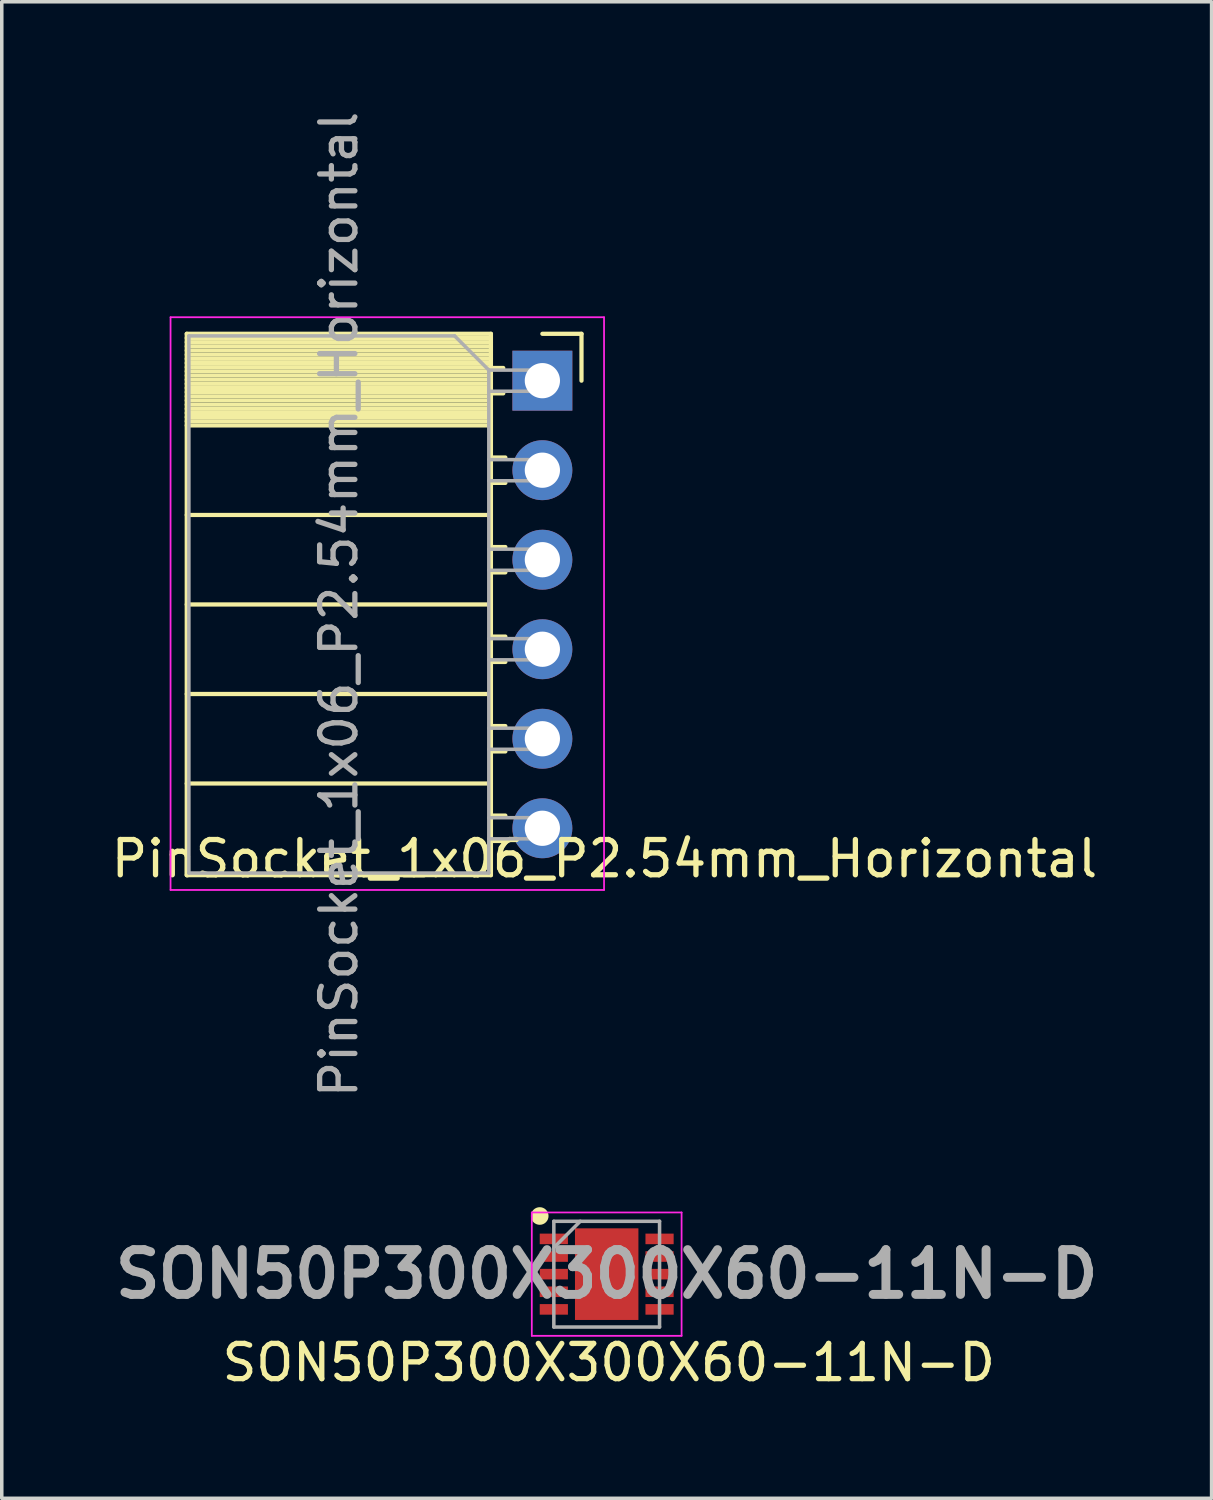
<source format=kicad_pcb>
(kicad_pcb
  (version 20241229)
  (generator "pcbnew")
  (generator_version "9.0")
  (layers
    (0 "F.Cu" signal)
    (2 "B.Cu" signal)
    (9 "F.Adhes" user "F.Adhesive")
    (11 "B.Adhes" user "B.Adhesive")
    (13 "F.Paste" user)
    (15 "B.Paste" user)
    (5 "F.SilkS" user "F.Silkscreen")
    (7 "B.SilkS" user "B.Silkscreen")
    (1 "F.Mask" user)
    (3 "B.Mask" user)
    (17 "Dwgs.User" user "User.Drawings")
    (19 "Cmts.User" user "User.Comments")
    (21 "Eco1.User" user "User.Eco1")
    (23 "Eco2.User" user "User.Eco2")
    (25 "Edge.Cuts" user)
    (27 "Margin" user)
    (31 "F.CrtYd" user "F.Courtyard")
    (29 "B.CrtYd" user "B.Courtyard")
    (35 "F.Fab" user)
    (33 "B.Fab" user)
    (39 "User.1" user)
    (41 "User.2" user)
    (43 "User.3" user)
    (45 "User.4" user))
  (footprint "SON50P300X300X60-11N-D"
    (layer "F.Cu")
    (at 14.164 33.102)
    (property "Reference" "SON50P300X300X60-11N-D" (at 0.059 2.51 180) (layer "F.SilkS") (effects (font (size 1 1) (thickness 0.15))))
    (attr smd)
    (fp_circle (center -1.9 -1.65) (end -1.9 -1.525) (stroke (width 0.25) (type solid)) (fill no) (layer "F.SilkS"))
    (fp_line (start -2.125 -1.75) (end 2.125 -1.75) (stroke (width 0.05) (type solid)) (layer "F.CrtYd"))
    (fp_line (start -2.125 1.75) (end -2.125 -1.75) (stroke (width 0.05) (type solid)) (layer "F.CrtYd"))
    (fp_line (start 2.125 -1.75) (end 2.125 1.75) (stroke (width 0.05) (type solid)) (layer "F.CrtYd"))
    (fp_line (start 2.125 1.75) (end -2.125 1.75) (stroke (width 0.05) (type solid)) (layer "F.CrtYd"))
    (fp_line (start -1.5 -1.5) (end 1.5 -1.5) (stroke (width 0.1) (type solid)) (layer "F.Fab"))
    (fp_line (start -1.5 -0.75) (end -0.75 -1.5) (stroke (width 0.1) (type solid)) (layer "F.Fab"))
    (fp_line (start -1.5 1.5) (end -1.5 -1.5) (stroke (width 0.1) (type solid)) (layer "F.Fab"))
    (fp_line (start 1.5 -1.5) (end 1.5 1.5) (stroke (width 0.1) (type solid)) (layer "F.Fab"))
    (fp_line (start 1.5 1.5) (end -1.5 1.5) (stroke (width 0.1) (type solid)) (layer "F.Fab"))
    (fp_text user "${REFERENCE}" (at 0 0 0) (layer "F.Fab") (effects (font (size 1.27 1.27) (thickness 0.254))))
    (pad "1" smd rect (at -1.5 -1 90) (size 0.3 0.8) (layers "F.Cu" "F.Mask" "F.Paste"))
    (pad "2" smd rect (at -1.5 -0.5 90) (size 0.3 0.8) (layers "F.Cu" "F.Mask" "F.Paste"))
    (pad "3" smd rect (at -1.5 0 90) (size 0.3 0.8) (layers "F.Cu" "F.Mask" "F.Paste"))
    (pad "4" smd rect (at -1.5 0.5 90) (size 0.3 0.8) (layers "F.Cu" "F.Mask" "F.Paste"))
    (pad "5" smd rect (at -1.5 1 90) (size 0.3 0.8) (layers "F.Cu" "F.Mask" "F.Paste"))
    (pad "6" smd rect (at 1.5 1 90) (size 0.3 0.8) (layers "F.Cu" "F.Mask" "F.Paste"))
    (pad "7" smd rect (at 1.5 0.5 90) (size 0.3 0.8) (layers "F.Cu" "F.Mask" "F.Paste"))
    (pad "8" smd rect (at 1.5 0 90) (size 0.3 0.8) (layers "F.Cu" "F.Mask" "F.Paste"))
    (pad "9" smd rect (at 1.5 -0.5 90) (size 0.3 0.8) (layers "F.Cu" "F.Mask" "F.Paste"))
    (pad "10" smd rect (at 1.5 -1 90) (size 0.3 0.8) (layers "F.Cu" "F.Mask" "F.Paste"))
    (pad "11" smd rect (at 0 0) (size 1.8 2.6) (layers "F.Cu" "F.Mask" "F.Paste")))
  (footprint "PinSocket_1x06_P2.54mm_Horizontal"
    (layer "F.Cu")
    (at 12.339 7.751)
    (property "Reference" "PinSocket_1x06_P2.54mm_Horizontal" (at 1.762 13.564 0) (layer "F.SilkS") (effects (font (size 1 1) (thickness 0.15))))
    (attr through_hole)
    (fp_line (start -10.09 -1.33) (end -10.09 14.03) (stroke (width 0.12) (type solid)) (layer "F.SilkS"))
    (fp_line (start -10.09 -1.33) (end -1.46 -1.33) (stroke (width 0.12) (type solid)) (layer "F.SilkS"))
    (fp_line (start -10.09 -1.21) (end -1.46 -1.21) (stroke (width 0.12) (type solid)) (layer "F.SilkS"))
    (fp_line (start -10.09 -1.092) (end -1.46 -1.092) (stroke (width 0.12) (type solid)) (layer "F.SilkS"))
    (fp_line (start -10.09 -0.974) (end -1.46 -0.974) (stroke (width 0.12) (type solid)) (layer "F.SilkS"))
    (fp_line (start -10.09 -0.856) (end -1.46 -0.856) (stroke (width 0.12) (type solid)) (layer "F.SilkS"))
    (fp_line (start -10.09 -0.738) (end -1.46 -0.738) (stroke (width 0.12) (type solid)) (layer "F.SilkS"))
    (fp_line (start -10.09 -0.62) (end -1.46 -0.62) (stroke (width 0.12) (type solid)) (layer "F.SilkS"))
    (fp_line (start -10.09 -0.501) (end -1.46 -0.501) (stroke (width 0.12) (type solid)) (layer "F.SilkS"))
    (fp_line (start -10.09 -0.383) (end -1.46 -0.383) (stroke (width 0.12) (type solid)) (layer "F.SilkS"))
    (fp_line (start -10.09 -0.265) (end -1.46 -0.265) (stroke (width 0.12) (type solid)) (layer "F.SilkS"))
    (fp_line (start -10.09 -0.147) (end -1.46 -0.147) (stroke (width 0.12) (type solid)) (layer "F.SilkS"))
    (fp_line (start -10.09 -0.029) (end -1.46 -0.029) (stroke (width 0.12) (type solid)) (layer "F.SilkS"))
    (fp_line (start -10.09 0.089) (end -1.46 0.089) (stroke (width 0.12) (type solid)) (layer "F.SilkS"))
    (fp_line (start -10.09 0.207) (end -1.46 0.207) (stroke (width 0.12) (type solid)) (layer "F.SilkS"))
    (fp_line (start -10.09 0.325) (end -1.46 0.325) (stroke (width 0.12) (type solid)) (layer "F.SilkS"))
    (fp_line (start -10.09 0.443) (end -1.46 0.443) (stroke (width 0.12) (type solid)) (layer "F.SilkS"))
    (fp_line (start -10.09 0.561) (end -1.46 0.561) (stroke (width 0.12) (type solid)) (layer "F.SilkS"))
    (fp_line (start -10.09 0.68) (end -1.46 0.68) (stroke (width 0.12) (type solid)) (layer "F.SilkS"))
    (fp_line (start -10.09 0.798) (end -1.46 0.798) (stroke (width 0.12) (type solid)) (layer "F.SilkS"))
    (fp_line (start -10.09 0.916) (end -1.46 0.916) (stroke (width 0.12) (type solid)) (layer "F.SilkS"))
    (fp_line (start -10.09 1.034) (end -1.46 1.034) (stroke (width 0.12) (type solid)) (layer "F.SilkS"))
    (fp_line (start -10.09 1.152) (end -1.46 1.152) (stroke (width 0.12) (type solid)) (layer "F.SilkS"))
    (fp_line (start -10.09 1.27) (end -1.46 1.27) (stroke (width 0.12) (type solid)) (layer "F.SilkS"))
    (fp_line (start -10.09 3.81) (end -1.46 3.81) (stroke (width 0.12) (type solid)) (layer "F.SilkS"))
    (fp_line (start -10.09 6.35) (end -1.46 6.35) (stroke (width 0.12) (type solid)) (layer "F.SilkS"))
    (fp_line (start -10.09 8.89) (end -1.46 8.89) (stroke (width 0.12) (type solid)) (layer "F.SilkS"))
    (fp_line (start -10.09 11.43) (end -1.46 11.43) (stroke (width 0.12) (type solid)) (layer "F.SilkS"))
    (fp_line (start -10.09 14.03) (end -1.46 14.03) (stroke (width 0.12) (type solid)) (layer "F.SilkS"))
    (fp_line (start -1.46 -1.33) (end -1.46 14.03) (stroke (width 0.12) (type solid)) (layer "F.SilkS"))
    (fp_line (start -1.46 -0.36) (end -1.11 -0.36) (stroke (width 0.12) (type solid)) (layer "F.SilkS"))
    (fp_line (start -1.46 0.36) (end -1.11 0.36) (stroke (width 0.12) (type solid)) (layer "F.SilkS"))
    (fp_line (start -1.46 2.18) (end -1.05 2.18) (stroke (width 0.12) (type solid)) (layer "F.SilkS"))
    (fp_line (start -1.46 2.9) (end -1.05 2.9) (stroke (width 0.12) (type solid)) (layer "F.SilkS"))
    (fp_line (start -1.46 4.72) (end -1.05 4.72) (stroke (width 0.12) (type solid)) (layer "F.SilkS"))
    (fp_line (start -1.46 5.44) (end -1.05 5.44) (stroke (width 0.12) (type solid)) (layer "F.SilkS"))
    (fp_line (start -1.46 7.26) (end -1.05 7.26) (stroke (width 0.12) (type solid)) (layer "F.SilkS"))
    (fp_line (start -1.46 7.98) (end -1.05 7.98) (stroke (width 0.12) (type solid)) (layer "F.SilkS"))
    (fp_line (start -1.46 9.8) (end -1.05 9.8) (stroke (width 0.12) (type solid)) (layer "F.SilkS"))
    (fp_line (start -1.46 10.52) (end -1.05 10.52) (stroke (width 0.12) (type solid)) (layer "F.SilkS"))
    (fp_line (start -1.46 12.34) (end -1.05 12.34) (stroke (width 0.12) (type solid)) (layer "F.SilkS"))
    (fp_line (start -1.46 13.06) (end -1.05 13.06) (stroke (width 0.12) (type solid)) (layer "F.SilkS"))
    (fp_line (start 0 -1.33) (end 1.11 -1.33) (stroke (width 0.12) (type solid)) (layer "F.SilkS"))
    (fp_line (start 1.11 -1.33) (end 1.11 0) (stroke (width 0.12) (type solid)) (layer "F.SilkS"))
    (fp_line (start -10.55 -1.8) (end -10.55 14.45) (stroke (width 0.05) (type solid)) (layer "F.CrtYd"))
    (fp_line (start -10.55 14.45) (end 1.75 14.45) (stroke (width 0.05) (type solid)) (layer "F.CrtYd"))
    (fp_line (start 1.75 -1.8) (end -10.55 -1.8) (stroke (width 0.05) (type solid)) (layer "F.CrtYd"))
    (fp_line (start 1.75 14.45) (end 1.75 -1.8) (stroke (width 0.05) (type solid)) (layer "F.CrtYd"))
    (fp_line (start -10.03 -1.27) (end -2.49 -1.27) (stroke (width 0.1) (type solid)) (layer "F.Fab"))
    (fp_line (start -10.03 13.97) (end -10.03 -1.27) (stroke (width 0.1) (type solid)) (layer "F.Fab"))
    (fp_line (start -2.49 -1.27) (end -1.52 -0.3) (stroke (width 0.1) (type solid)) (layer "F.Fab"))
    (fp_line (start -1.52 -0.3) (end -1.52 13.97) (stroke (width 0.1) (type solid)) (layer "F.Fab"))
    (fp_line (start -1.52 0.3) (end 0 0.3) (stroke (width 0.1) (type solid)) (layer "F.Fab"))
    (fp_line (start -1.52 2.84) (end 0 2.84) (stroke (width 0.1) (type solid)) (layer "F.Fab"))
    (fp_line (start -1.52 5.38) (end 0 5.38) (stroke (width 0.1) (type solid)) (layer "F.Fab"))
    (fp_line (start -1.52 7.92) (end 0 7.92) (stroke (width 0.1) (type solid)) (layer "F.Fab"))
    (fp_line (start -1.52 10.46) (end 0 10.46) (stroke (width 0.1) (type solid)) (layer "F.Fab"))
    (fp_line (start -1.52 13) (end 0 13) (stroke (width 0.1) (type solid)) (layer "F.Fab"))
    (fp_line (start -1.52 13.97) (end -10.03 13.97) (stroke (width 0.1) (type solid)) (layer "F.Fab"))
    (fp_line (start 0 -0.3) (end -1.52 -0.3) (stroke (width 0.1) (type solid)) (layer "F.Fab"))
    (fp_line (start 0 0.3) (end 0 -0.3) (stroke (width 0.1) (type solid)) (layer "F.Fab"))
    (fp_line (start 0 2.24) (end -1.52 2.24) (stroke (width 0.1) (type solid)) (layer "F.Fab"))
    (fp_line (start 0 2.84) (end 0 2.24) (stroke (width 0.1) (type solid)) (layer "F.Fab"))
    (fp_line (start 0 4.78) (end -1.52 4.78) (stroke (width 0.1) (type solid)) (layer "F.Fab"))
    (fp_line (start 0 5.38) (end 0 4.78) (stroke (width 0.1) (type solid)) (layer "F.Fab"))
    (fp_line (start 0 7.32) (end -1.52 7.32) (stroke (width 0.1) (type solid)) (layer "F.Fab"))
    (fp_line (start 0 7.92) (end 0 7.32) (stroke (width 0.1) (type solid)) (layer "F.Fab"))
    (fp_line (start 0 9.86) (end -1.52 9.86) (stroke (width 0.1) (type solid)) (layer "F.Fab"))
    (fp_line (start 0 10.46) (end 0 9.86) (stroke (width 0.1) (type solid)) (layer "F.Fab"))
    (fp_line (start 0 12.4) (end -1.52 12.4) (stroke (width 0.1) (type solid)) (layer "F.Fab"))
    (fp_line (start 0 13) (end 0 12.4) (stroke (width 0.1) (type solid)) (layer "F.Fab"))
    (fp_text user "${REFERENCE}" (at -5.775 6.35 90) (layer "F.Fab") (effects (font (size 1 1) (thickness 0.15))))
    (pad "1" thru_hole rect (at 0 0) (size 1.7 1.7) (drill 1) (layers "*.Cu" "*.Mask"))
    (pad "2" thru_hole oval (at 0 2.54) (size 1.7 1.7) (drill 1) (layers "*.Cu" "*.Mask"))
    (pad "3" thru_hole oval (at 0 5.08) (size 1.7 1.7) (drill 1) (layers "*.Cu" "*.Mask"))
    (pad "4" thru_hole oval (at 0 7.62) (size 1.7 1.7) (drill 1) (layers "*.Cu" "*.Mask"))
    (pad "5" thru_hole oval (at 0 10.16) (size 1.7 1.7) (drill 1) (layers "*.Cu" "*.Mask"))
    (pad "6" thru_hole oval (at 0 12.7) (size 1.7 1.7) (drill 1) (layers "*.Cu" "*.Mask")))
  (gr_rect
    (start -3 -3)
    (end 31.327 39.461)
    (stroke (width 0.1) (type default))
    (fill no)
    (layer "Edge.Cuts")))
</source>
